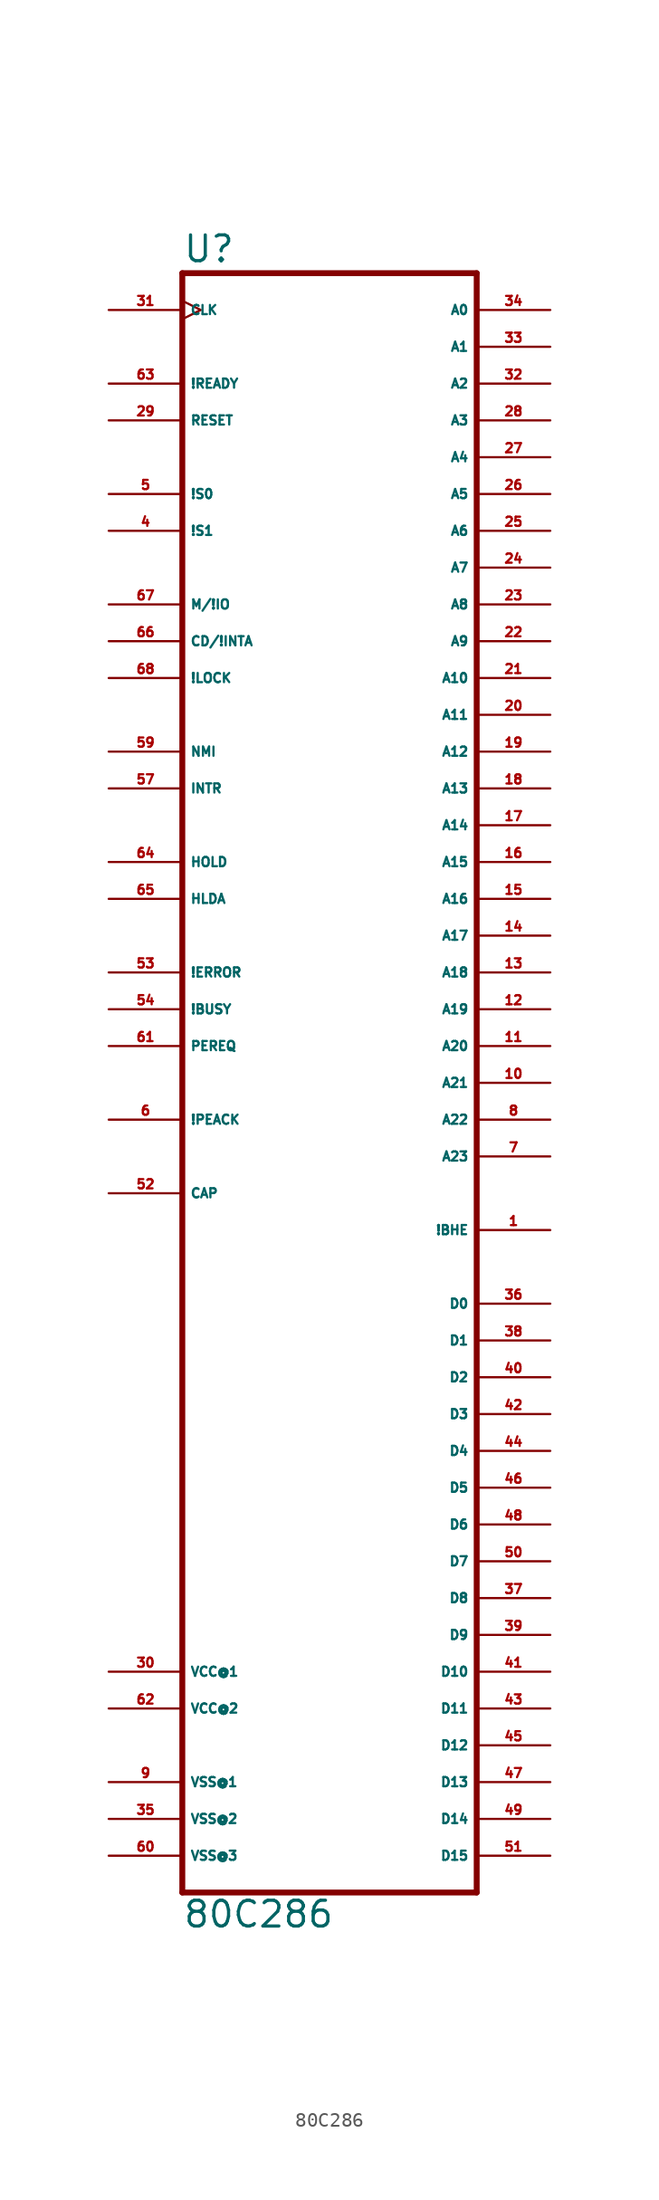
<source format=kicad_sym>
(kicad_symbol_lib
  (version 20220914)
  (generator Eagle2Kicad)
  (symbol "80C286"
    (property "Reference" "U"
      (at -20.32 56.515 0)
      (effects (font (size 1.778 1.778) (thickness 0.22)) (justify left bottom)))
    (property "Value" "80C286"
      (at -20.32 -58.42 0)
      (effects (font (size 1.778 1.778) (thickness 0.22)) (justify left bottom)))
    (polyline
      (pts (xy 0 -55.88) (xy 0 55.88))
      (stroke (width 0.406) (type default))
      (fill (type none)))
    (polyline
      (pts (xy -20.32 55.88) (xy -20.32 -55.88))
      (stroke (width 0.406) (type default))
      (fill (type none)))
    (polyline
      (pts (xy -20.32 55.88) (xy 0 55.88))
      (stroke (width 0.406) (type default))
      (fill (type none)))
    (polyline
      (pts (xy -20.32 -55.88) (xy 0 -55.88))
      (stroke (width 0.406) (type default))
      (fill (type none)))
    (pin output line
      (at 5.08 -10.16 180)
      (length 5.08)
      (name "!BHE" (effects (font (size 0.635 0.635) (thickness 0.08)) (justify left bottom)))
      (number "1" (effects (font (size 0.635 0.635) (thickness 0.08)) (justify left bottom))))
    (pin output line
      (at -25.4 38.1 0)
      (length 5.08)
      (name "!S1" (effects (font (size 0.635 0.635) (thickness 0.08)) (justify left bottom)))
      (number "4" (effects (font (size 0.635 0.635) (thickness 0.08)) (justify left bottom))))
    (pin output line
      (at -25.4 40.64 0)
      (length 5.08)
      (name "!S0" (effects (font (size 0.635 0.635) (thickness 0.08)) (justify left bottom)))
      (number "5" (effects (font (size 0.635 0.635) (thickness 0.08)) (justify left bottom))))
    (pin output line
      (at -25.4 -2.54 0)
      (length 5.08)
      (name "!PEACK" (effects (font (size 0.635 0.635) (thickness 0.08)) (justify left bottom)))
      (number "6" (effects (font (size 0.635 0.635) (thickness 0.08)) (justify left bottom))))
    (pin output line
      (at 5.08 -5.08 180)
      (length 5.08)
      (name "A23" (effects (font (size 0.635 0.635) (thickness 0.08)) (justify left bottom)))
      (number "7" (effects (font (size 0.635 0.635) (thickness 0.08)) (justify left bottom))))
    (pin output line
      (at 5.08 -2.54 180)
      (length 5.08)
      (name "A22" (effects (font (size 0.635 0.635) (thickness 0.08)) (justify left bottom)))
      (number "8" (effects (font (size 0.635 0.635) (thickness 0.08)) (justify left bottom))))
    (pin output line
      (at 5.08 0 180)
      (length 5.08)
      (name "A21" (effects (font (size 0.635 0.635) (thickness 0.08)) (justify left bottom)))
      (number "10" (effects (font (size 0.635 0.635) (thickness 0.08)) (justify left bottom))))
    (pin output line
      (at 5.08 2.54 180)
      (length 5.08)
      (name "A20" (effects (font (size 0.635 0.635) (thickness 0.08)) (justify left bottom)))
      (number "11" (effects (font (size 0.635 0.635) (thickness 0.08)) (justify left bottom))))
    (pin output line
      (at 5.08 5.08 180)
      (length 5.08)
      (name "A19" (effects (font (size 0.635 0.635) (thickness 0.08)) (justify left bottom)))
      (number "12" (effects (font (size 0.635 0.635) (thickness 0.08)) (justify left bottom))))
    (pin output line
      (at 5.08 7.62 180)
      (length 5.08)
      (name "A18" (effects (font (size 0.635 0.635) (thickness 0.08)) (justify left bottom)))
      (number "13" (effects (font (size 0.635 0.635) (thickness 0.08)) (justify left bottom))))
    (pin output line
      (at 5.08 10.16 180)
      (length 5.08)
      (name "A17" (effects (font (size 0.635 0.635) (thickness 0.08)) (justify left bottom)))
      (number "14" (effects (font (size 0.635 0.635) (thickness 0.08)) (justify left bottom))))
    (pin output line
      (at 5.08 12.7 180)
      (length 5.08)
      (name "A16" (effects (font (size 0.635 0.635) (thickness 0.08)) (justify left bottom)))
      (number "15" (effects (font (size 0.635 0.635) (thickness 0.08)) (justify left bottom))))
    (pin output line
      (at 5.08 15.24 180)
      (length 5.08)
      (name "A15" (effects (font (size 0.635 0.635) (thickness 0.08)) (justify left bottom)))
      (number "16" (effects (font (size 0.635 0.635) (thickness 0.08)) (justify left bottom))))
    (pin output line
      (at 5.08 17.78 180)
      (length 5.08)
      (name "A14" (effects (font (size 0.635 0.635) (thickness 0.08)) (justify left bottom)))
      (number "17" (effects (font (size 0.635 0.635) (thickness 0.08)) (justify left bottom))))
    (pin output line
      (at 5.08 20.32 180)
      (length 5.08)
      (name "A13" (effects (font (size 0.635 0.635) (thickness 0.08)) (justify left bottom)))
      (number "18" (effects (font (size 0.635 0.635) (thickness 0.08)) (justify left bottom))))
    (pin output line
      (at 5.08 22.86 180)
      (length 5.08)
      (name "A12" (effects (font (size 0.635 0.635) (thickness 0.08)) (justify left bottom)))
      (number "19" (effects (font (size 0.635 0.635) (thickness 0.08)) (justify left bottom))))
    (pin output line
      (at 5.08 25.4 180)
      (length 5.08)
      (name "A11" (effects (font (size 0.635 0.635) (thickness 0.08)) (justify left bottom)))
      (number "20" (effects (font (size 0.635 0.635) (thickness 0.08)) (justify left bottom))))
    (pin output line
      (at 5.08 27.94 180)
      (length 5.08)
      (name "A10" (effects (font (size 0.635 0.635) (thickness 0.08)) (justify left bottom)))
      (number "21" (effects (font (size 0.635 0.635) (thickness 0.08)) (justify left bottom))))
    (pin output line
      (at 5.08 30.48 180)
      (length 5.08)
      (name "A9" (effects (font (size 0.635 0.635) (thickness 0.08)) (justify left bottom)))
      (number "22" (effects (font (size 0.635 0.635) (thickness 0.08)) (justify left bottom))))
    (pin output line
      (at 5.08 33.02 180)
      (length 5.08)
      (name "A8" (effects (font (size 0.635 0.635) (thickness 0.08)) (justify left bottom)))
      (number "23" (effects (font (size 0.635 0.635) (thickness 0.08)) (justify left bottom))))
    (pin output line
      (at 5.08 35.56 180)
      (length 5.08)
      (name "A7" (effects (font (size 0.635 0.635) (thickness 0.08)) (justify left bottom)))
      (number "24" (effects (font (size 0.635 0.635) (thickness 0.08)) (justify left bottom))))
    (pin output line
      (at 5.08 38.1 180)
      (length 5.08)
      (name "A6" (effects (font (size 0.635 0.635) (thickness 0.08)) (justify left bottom)))
      (number "25" (effects (font (size 0.635 0.635) (thickness 0.08)) (justify left bottom))))
    (pin output line
      (at 5.08 40.64 180)
      (length 5.08)
      (name "A5" (effects (font (size 0.635 0.635) (thickness 0.08)) (justify left bottom)))
      (number "26" (effects (font (size 0.635 0.635) (thickness 0.08)) (justify left bottom))))
    (pin output line
      (at 5.08 43.18 180)
      (length 5.08)
      (name "A4" (effects (font (size 0.635 0.635) (thickness 0.08)) (justify left bottom)))
      (number "27" (effects (font (size 0.635 0.635) (thickness 0.08)) (justify left bottom))))
    (pin output line
      (at 5.08 45.72 180)
      (length 5.08)
      (name "A3" (effects (font (size 0.635 0.635) (thickness 0.08)) (justify left bottom)))
      (number "28" (effects (font (size 0.635 0.635) (thickness 0.08)) (justify left bottom))))
    (pin input line
      (at -25.4 45.72 0)
      (length 5.08)
      (name "RESET" (effects (font (size 0.635 0.635) (thickness 0.08)) (justify left bottom)))
      (number "29" (effects (font (size 0.635 0.635) (thickness 0.08)) (justify left bottom))))
    (pin input clock
      (at -25.4 53.34 0)
      (length 5.08)
      (name "CLK" (effects (font (size 0.635 0.635) (thickness 0.08)) (justify left bottom)))
      (number "31" (effects (font (size 0.635 0.635) (thickness 0.08)) (justify left bottom))))
    (pin output line
      (at 5.08 48.26 180)
      (length 5.08)
      (name "A2" (effects (font (size 0.635 0.635) (thickness 0.08)) (justify left bottom)))
      (number "32" (effects (font (size 0.635 0.635) (thickness 0.08)) (justify left bottom))))
    (pin output line
      (at 5.08 50.8 180)
      (length 5.08)
      (name "A1" (effects (font (size 0.635 0.635) (thickness 0.08)) (justify left bottom)))
      (number "33" (effects (font (size 0.635 0.635) (thickness 0.08)) (justify left bottom))))
    (pin output line
      (at 5.08 53.34 180)
      (length 5.08)
      (name "A0" (effects (font (size 0.635 0.635) (thickness 0.08)) (justify left bottom)))
      (number "34" (effects (font (size 0.635 0.635) (thickness 0.08)) (justify left bottom))))
    (pin bidirectional line
      (at 5.08 -15.24 180)
      (length 5.08)
      (name "D0" (effects (font (size 0.635 0.635) (thickness 0.08)) (justify left bottom)))
      (number "36" (effects (font (size 0.635 0.635) (thickness 0.08)) (justify left bottom))))
    (pin bidirectional line
      (at 5.08 -35.56 180)
      (length 5.08)
      (name "D8" (effects (font (size 0.635 0.635) (thickness 0.08)) (justify left bottom)))
      (number "37" (effects (font (size 0.635 0.635) (thickness 0.08)) (justify left bottom))))
    (pin bidirectional line
      (at 5.08 -17.78 180)
      (length 5.08)
      (name "D1" (effects (font (size 0.635 0.635) (thickness 0.08)) (justify left bottom)))
      (number "38" (effects (font (size 0.635 0.635) (thickness 0.08)) (justify left bottom))))
    (pin bidirectional line
      (at 5.08 -38.1 180)
      (length 5.08)
      (name "D9" (effects (font (size 0.635 0.635) (thickness 0.08)) (justify left bottom)))
      (number "39" (effects (font (size 0.635 0.635) (thickness 0.08)) (justify left bottom))))
    (pin bidirectional line
      (at 5.08 -20.32 180)
      (length 5.08)
      (name "D2" (effects (font (size 0.635 0.635) (thickness 0.08)) (justify left bottom)))
      (number "40" (effects (font (size 0.635 0.635) (thickness 0.08)) (justify left bottom))))
    (pin bidirectional line
      (at 5.08 -40.64 180)
      (length 5.08)
      (name "D10" (effects (font (size 0.635 0.635) (thickness 0.08)) (justify left bottom)))
      (number "41" (effects (font (size 0.635 0.635) (thickness 0.08)) (justify left bottom))))
    (pin bidirectional line
      (at 5.08 -22.86 180)
      (length 5.08)
      (name "D3" (effects (font (size 0.635 0.635) (thickness 0.08)) (justify left bottom)))
      (number "42" (effects (font (size 0.635 0.635) (thickness 0.08)) (justify left bottom))))
    (pin bidirectional line
      (at 5.08 -43.18 180)
      (length 5.08)
      (name "D11" (effects (font (size 0.635 0.635) (thickness 0.08)) (justify left bottom)))
      (number "43" (effects (font (size 0.635 0.635) (thickness 0.08)) (justify left bottom))))
    (pin bidirectional line
      (at 5.08 -25.4 180)
      (length 5.08)
      (name "D4" (effects (font (size 0.635 0.635) (thickness 0.08)) (justify left bottom)))
      (number "44" (effects (font (size 0.635 0.635) (thickness 0.08)) (justify left bottom))))
    (pin bidirectional line
      (at 5.08 -45.72 180)
      (length 5.08)
      (name "D12" (effects (font (size 0.635 0.635) (thickness 0.08)) (justify left bottom)))
      (number "45" (effects (font (size 0.635 0.635) (thickness 0.08)) (justify left bottom))))
    (pin bidirectional line
      (at 5.08 -27.94 180)
      (length 5.08)
      (name "D5" (effects (font (size 0.635 0.635) (thickness 0.08)) (justify left bottom)))
      (number "46" (effects (font (size 0.635 0.635) (thickness 0.08)) (justify left bottom))))
    (pin bidirectional line
      (at 5.08 -48.26 180)
      (length 5.08)
      (name "D13" (effects (font (size 0.635 0.635) (thickness 0.08)) (justify left bottom)))
      (number "47" (effects (font (size 0.635 0.635) (thickness 0.08)) (justify left bottom))))
    (pin bidirectional line
      (at 5.08 -30.48 180)
      (length 5.08)
      (name "D6" (effects (font (size 0.635 0.635) (thickness 0.08)) (justify left bottom)))
      (number "48" (effects (font (size 0.635 0.635) (thickness 0.08)) (justify left bottom))))
    (pin bidirectional line
      (at 5.08 -50.8 180)
      (length 5.08)
      (name "D14" (effects (font (size 0.635 0.635) (thickness 0.08)) (justify left bottom)))
      (number "49" (effects (font (size 0.635 0.635) (thickness 0.08)) (justify left bottom))))
    (pin bidirectional line
      (at 5.08 -33.02 180)
      (length 5.08)
      (name "D7" (effects (font (size 0.635 0.635) (thickness 0.08)) (justify left bottom)))
      (number "50" (effects (font (size 0.635 0.635) (thickness 0.08)) (justify left bottom))))
    (pin bidirectional line
      (at 5.08 -53.34 180)
      (length 5.08)
      (name "D15" (effects (font (size 0.635 0.635) (thickness 0.08)) (justify left bottom)))
      (number "51" (effects (font (size 0.635 0.635) (thickness 0.08)) (justify left bottom))))
    (pin input line
      (at -25.4 -7.62 0)
      (length 5.08)
      (name "CAP" (effects (font (size 0.635 0.635) (thickness 0.08)) (justify left bottom)))
      (number "52" (effects (font (size 0.635 0.635) (thickness 0.08)) (justify left bottom))))
    (pin input line
      (at -25.4 7.62 0)
      (length 5.08)
      (name "!ERROR" (effects (font (size 0.635 0.635) (thickness 0.08)) (justify left bottom)))
      (number "53" (effects (font (size 0.635 0.635) (thickness 0.08)) (justify left bottom))))
    (pin input line
      (at -25.4 5.08 0)
      (length 5.08)
      (name "!BUSY" (effects (font (size 0.635 0.635) (thickness 0.08)) (justify left bottom)))
      (number "54" (effects (font (size 0.635 0.635) (thickness 0.08)) (justify left bottom))))
    (pin input line
      (at -25.4 20.32 0)
      (length 5.08)
      (name "INTR" (effects (font (size 0.635 0.635) (thickness 0.08)) (justify left bottom)))
      (number "57" (effects (font (size 0.635 0.635) (thickness 0.08)) (justify left bottom))))
    (pin input line
      (at -25.4 22.86 0)
      (length 5.08)
      (name "NMI" (effects (font (size 0.635 0.635) (thickness 0.08)) (justify left bottom)))
      (number "59" (effects (font (size 0.635 0.635) (thickness 0.08)) (justify left bottom))))
    (pin input line
      (at -25.4 2.54 0)
      (length 5.08)
      (name "PEREQ" (effects (font (size 0.635 0.635) (thickness 0.08)) (justify left bottom)))
      (number "61" (effects (font (size 0.635 0.635) (thickness 0.08)) (justify left bottom))))
    (pin input line
      (at -25.4 48.26 0)
      (length 5.08)
      (name "!READY" (effects (font (size 0.635 0.635) (thickness 0.08)) (justify left bottom)))
      (number "63" (effects (font (size 0.635 0.635) (thickness 0.08)) (justify left bottom))))
    (pin input line
      (at -25.4 15.24 0)
      (length 5.08)
      (name "HOLD" (effects (font (size 0.635 0.635) (thickness 0.08)) (justify left bottom)))
      (number "64" (effects (font (size 0.635 0.635) (thickness 0.08)) (justify left bottom))))
    (pin output line
      (at -25.4 12.7 0)
      (length 5.08)
      (name "HLDA" (effects (font (size 0.635 0.635) (thickness 0.08)) (justify left bottom)))
      (number "65" (effects (font (size 0.635 0.635) (thickness 0.08)) (justify left bottom))))
    (pin output line
      (at -25.4 30.48 0)
      (length 5.08)
      (name "CD/!INTA" (effects (font (size 0.635 0.635) (thickness 0.08)) (justify left bottom)))
      (number "66" (effects (font (size 0.635 0.635) (thickness 0.08)) (justify left bottom))))
    (pin output line
      (at -25.4 33.02 0)
      (length 5.08)
      (name "M/!IO" (effects (font (size 0.635 0.635) (thickness 0.08)) (justify left bottom)))
      (number "67" (effects (font (size 0.635 0.635) (thickness 0.08)) (justify left bottom))))
    (pin output line
      (at -25.4 27.94 0)
      (length 5.08)
      (name "!LOCK" (effects (font (size 0.635 0.635) (thickness 0.08)) (justify left bottom)))
      (number "68" (effects (font (size 0.635 0.635) (thickness 0.08)) (justify left bottom))))
    (pin unspecified line
      (at -25.4 -48.26 0)
      (length 5.08)
      (name "VSS@1" (effects (font (size 0.635 0.635) (thickness 0.08)) (justify left bottom)))
      (number "9" (effects (font (size 0.635 0.635) (thickness 0.08)) (justify left bottom))))
    (pin unspecified line
      (at -25.4 -50.8 0)
      (length 5.08)
      (name "VSS@2" (effects (font (size 0.635 0.635) (thickness 0.08)) (justify left bottom)))
      (number "35" (effects (font (size 0.635 0.635) (thickness 0.08)) (justify left bottom))))
    (pin unspecified line
      (at -25.4 -53.34 0)
      (length 5.08)
      (name "VSS@3" (effects (font (size 0.635 0.635) (thickness 0.08)) (justify left bottom)))
      (number "60" (effects (font (size 0.635 0.635) (thickness 0.08)) (justify left bottom))))
    (pin unspecified line
      (at -25.4 -43.18 0)
      (length 5.08)
      (name "VCC@2" (effects (font (size 0.635 0.635) (thickness 0.08)) (justify left bottom)))
      (number "62" (effects (font (size 0.635 0.635) (thickness 0.08)) (justify left bottom))))
    (pin unspecified line
      (at -25.4 -40.64 0)
      (length 5.08)
      (name "VCC@1" (effects (font (size 0.635 0.635) (thickness 0.08)) (justify left bottom)))
      (number "30" (effects (font (size 0.635 0.635) (thickness 0.08)) (justify left bottom))))))
</source>
